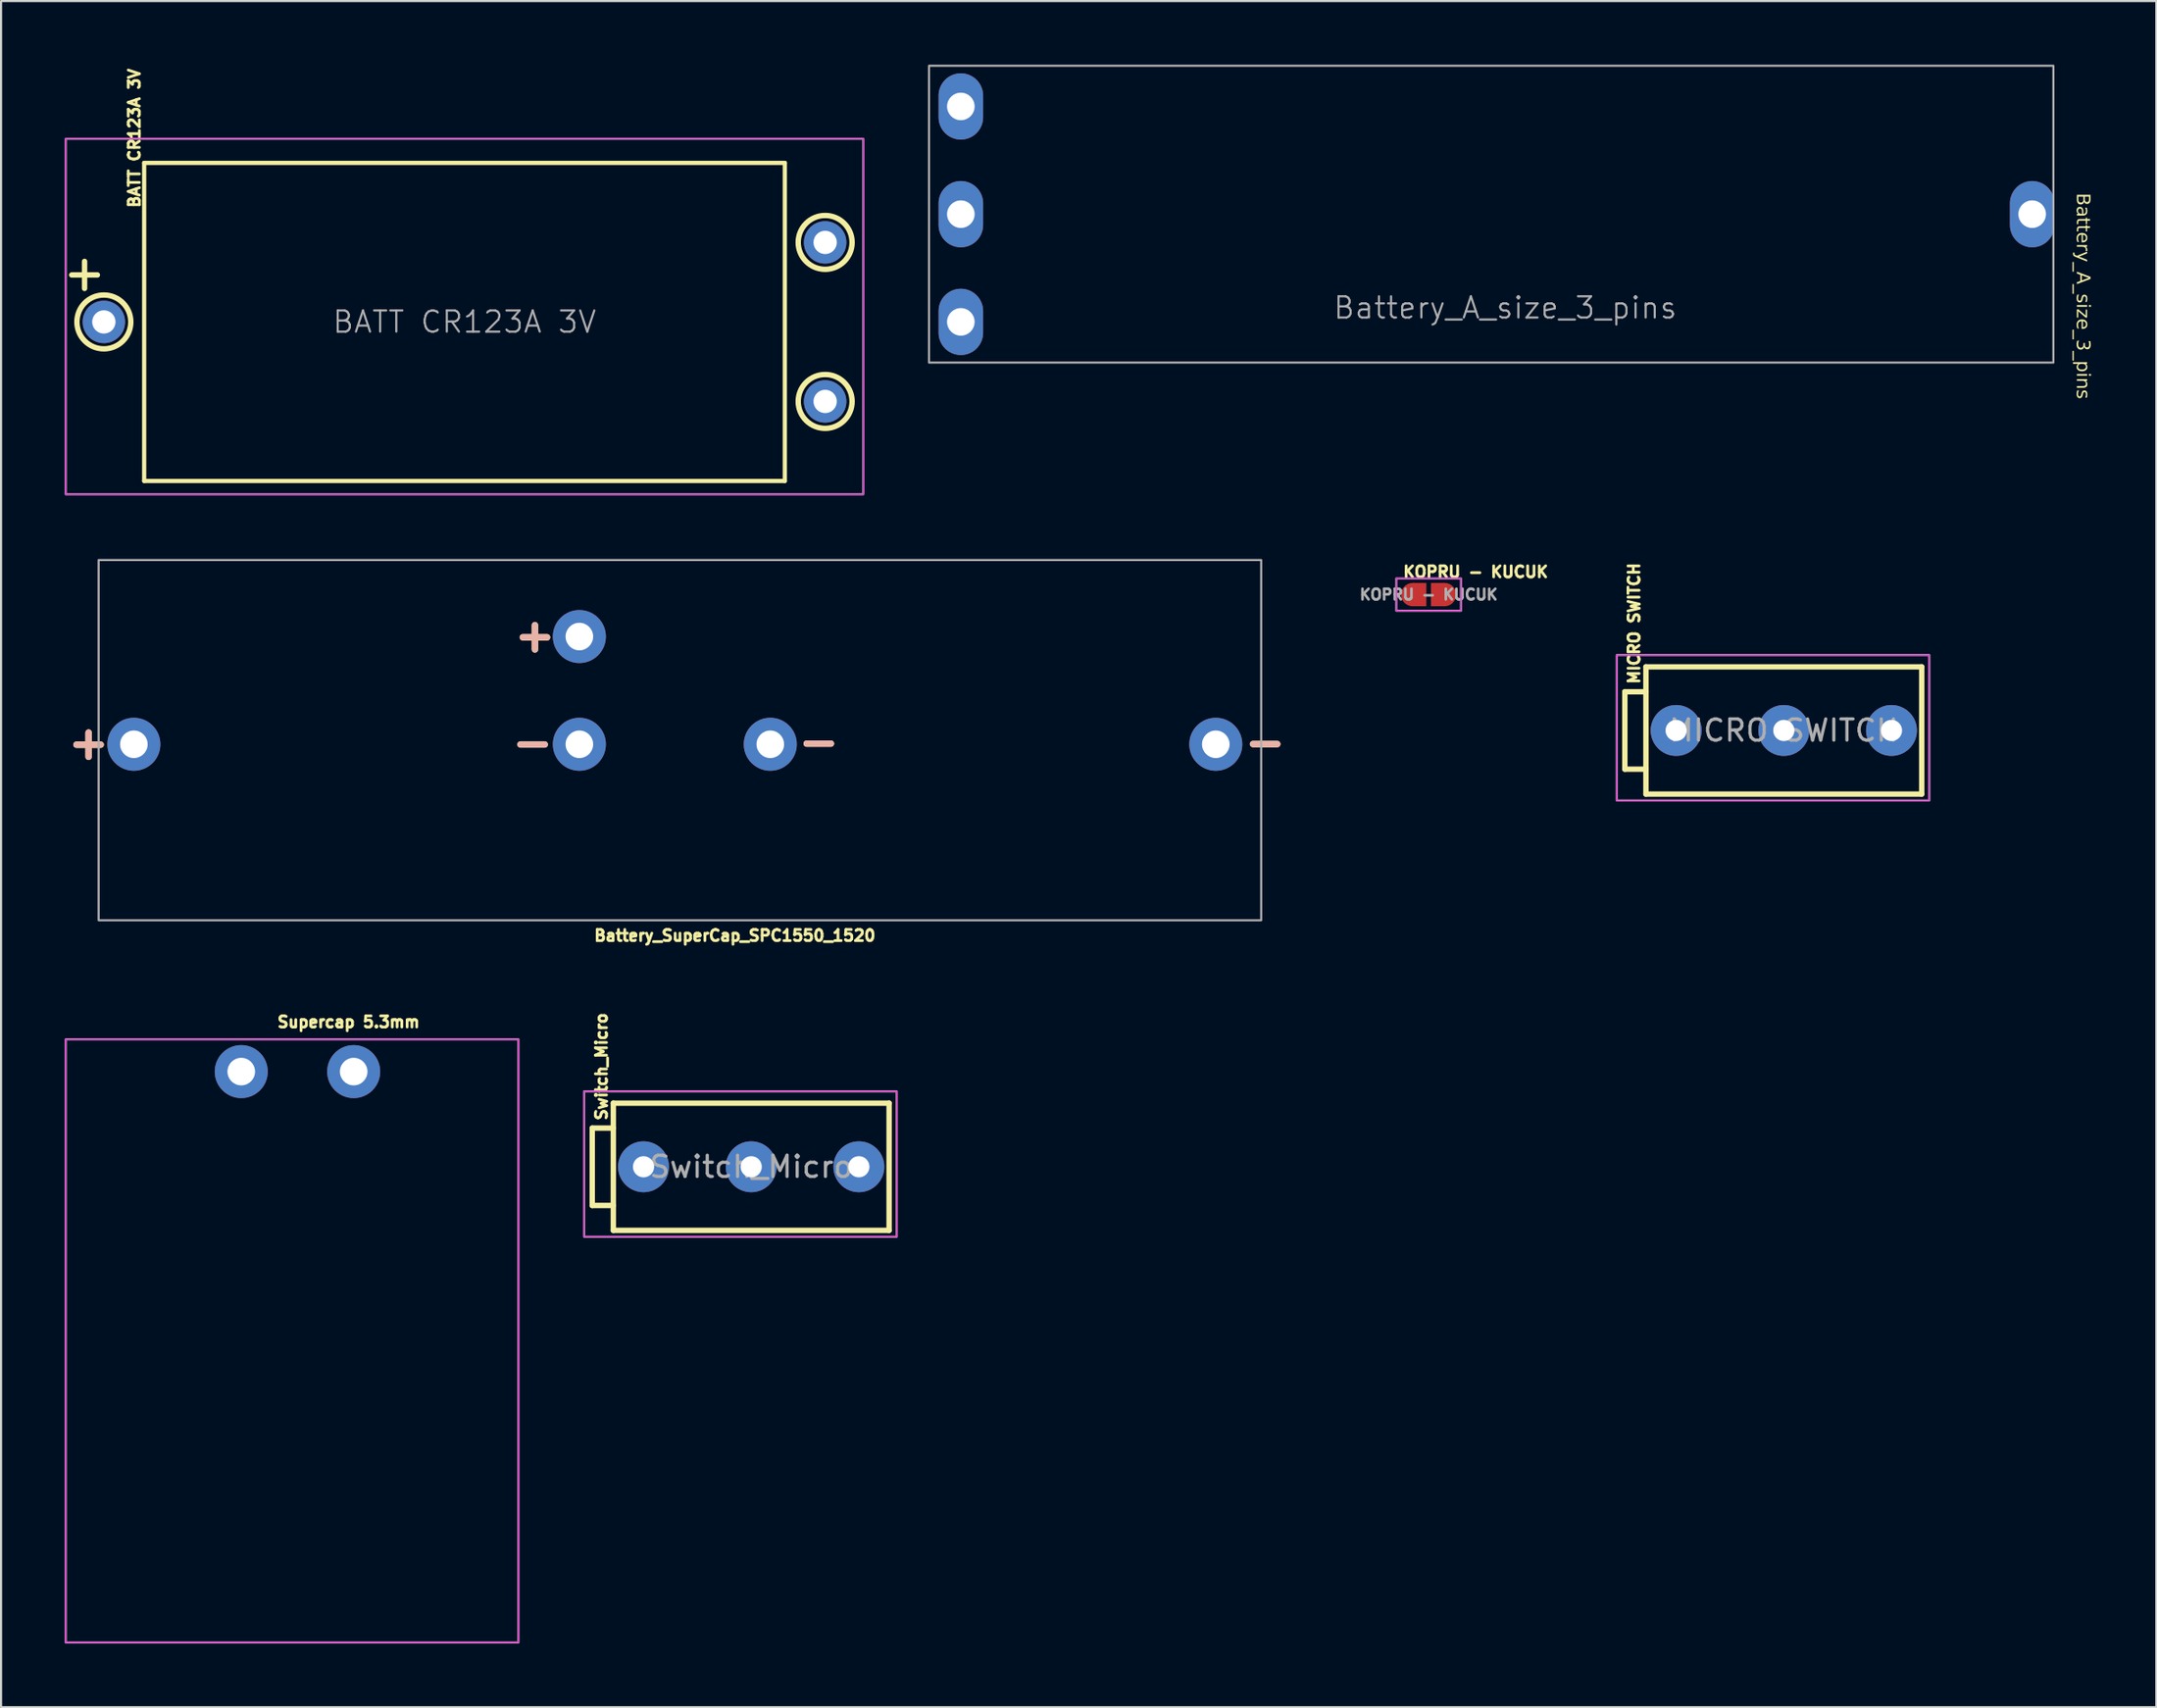
<source format=kicad_pcb>
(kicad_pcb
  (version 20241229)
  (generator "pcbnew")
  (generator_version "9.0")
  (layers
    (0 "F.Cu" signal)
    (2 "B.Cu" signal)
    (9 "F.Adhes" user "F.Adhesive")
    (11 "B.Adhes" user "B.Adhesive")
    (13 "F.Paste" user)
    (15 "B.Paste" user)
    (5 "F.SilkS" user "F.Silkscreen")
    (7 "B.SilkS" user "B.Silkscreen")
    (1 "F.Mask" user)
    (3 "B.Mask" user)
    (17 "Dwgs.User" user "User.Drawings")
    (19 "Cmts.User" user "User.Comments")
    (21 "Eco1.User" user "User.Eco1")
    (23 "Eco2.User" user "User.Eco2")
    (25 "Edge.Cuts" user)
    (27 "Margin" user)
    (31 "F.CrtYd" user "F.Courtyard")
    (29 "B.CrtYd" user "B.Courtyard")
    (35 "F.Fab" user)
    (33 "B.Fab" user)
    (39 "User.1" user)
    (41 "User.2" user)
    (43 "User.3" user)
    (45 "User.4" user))
  (footprint "KOPRU - KUCUK"
    (layer "F.Cu")
    (at 64.293 24.991)
    (property "Reference" "KOPRU - KUCUK" (at -1.27 -0.762 0) (unlocked yes) (layer "F.SilkS") (effects (font (size 0.525 0.525) (thickness 0.131)) (justify left bottom)))
    (fp_rect (start -1.524 -0.762) (end 1.524 0.762) (stroke (width 0.05) (type default)) (fill no) (layer "F.CrtYd"))
    (fp_rect (start -1.524 -0.762) (end 1.524 0.762) (stroke (width 0.1) (type default)) (fill no) (layer "F.Fab"))
    (fp_text user "${REFERENCE}" (at 0 0 0) (unlocked yes) (layer "F.Fab") (effects (font (size 0.5 0.5) (thickness 0.125))))
    (pad "1" smd circle (at -0.75 0) (size 1.1 1.1) (layers "F.Cu" "F.Mask" "F.Paste"))
    (pad "1" smd rect (at -0.42 0) (size 0.625 1.1) (layers "F.Cu" "F.Mask" "F.Paste"))
    (pad "2" smd rect (at 0.42 0) (size 0.625 1.1) (layers "F.Cu" "F.Mask" "F.Paste"))
    (pad "2" smd circle (at 0.75 0) (size 1.1 1.1) (layers "F.Cu" "F.Mask" "F.Paste")))
  (footprint "BATT CR123A 3V"
    (layer "F.Cu")
    (at 18.846 12.132)
    (property "Reference" "BATT CR123A 3V" (at -15.255 -5.318 90) (unlocked yes) (layer "F.SilkS") (effects (font (size 0.525 0.525) (thickness 0.131)) (justify left bottom)))
    (fp_line (start -18.515 -2.215) (end -17.305 -2.215) (stroke (width 0.254) (type solid)) (layer "F.SilkS"))
    (fp_line (start -17.91 -1.58) (end -17.91 -2.855) (stroke (width 0.254) (type solid)) (layer "F.SilkS"))
    (fp_line (start -15.1 -7.5) (end 15.1 -7.5) (stroke (width 0.2) (type solid)) (layer "F.SilkS"))
    (fp_line (start -15.1 7.5) (end -15.1 -7.5) (stroke (width 0.2) (type solid)) (layer "F.SilkS"))
    (fp_line (start -15.1 7.5) (end 15.1 7.5) (stroke (width 0.2) (type solid)) (layer "F.SilkS"))
    (fp_line (start 15.1 7.5) (end 15.1 -7.5) (stroke (width 0.2) (type solid)) (layer "F.SilkS"))
    (fp_circle (center -17 0) (end -17 -1.27) (stroke (width 0.254) (type solid)) (fill no) (layer "F.SilkS"))
    (fp_circle (center 17 -3.75) (end 17 -5.02) (stroke (width 0.254) (type solid)) (fill no) (layer "F.SilkS"))
    (fp_circle (center 17 3.75) (end 17 2.48) (stroke (width 0.254) (type solid)) (fill no) (layer "F.SilkS"))
    (fp_rect (start -18.796 -8.636) (end 18.796 8.128) (stroke (width 0.05) (type default)) (fill no) (layer "F.CrtYd"))
    (fp_rect (start -18.796 -8.636) (end 18.796 8.128) (stroke (width 0.1) (type default)) (fill no) (layer "F.Fab"))
    (fp_text user "${REFERENCE}" (at 0 0 0) (layer "F.Fab") (effects (font (size 1 1) (thickness 0.1))))
    (pad "1" thru_hole circle (at -17 0) (size 2 2) (drill 1.1) (layers "*.Cu" "*.Mask"))
    (pad "2" thru_hole circle (at 17 -3.75) (size 2 2) (drill 1.1) (layers "*.Cu" "*.Mask"))
    (pad "2" thru_hole circle (at 17 3.75) (size 2 2) (drill 1.1) (layers "*.Cu" "*.Mask")))
  (footprint "MICRO SWITCH"
    (layer "F.Cu")
    (at 81.035 31.399)
    (property "Reference" "MICRO SWITCH" (at -6.75 -2.125 90) (unlocked yes) (layer "F.SilkS") (effects (font (size 0.525 0.525) (thickness 0.131)) (justify left bottom)))
    (fp_line (start -7.493 -1.825) (end -7.493 1.825) (stroke (width 0.254) (type solid)) (layer "F.SilkS"))
    (fp_line (start -6.5 -3) (end -6.5 3) (stroke (width 0.254) (type solid)) (layer "F.SilkS"))
    (fp_line (start -6.5 -1.825) (end -7.493 -1.825) (stroke (width 0.254) (type solid)) (layer "F.SilkS"))
    (fp_line (start -6.5 1.825) (end -7.493 1.825) (stroke (width 0.254) (type solid)) (layer "F.SilkS"))
    (fp_line (start 6.5 -3) (end -6.5 -3) (stroke (width 0.254) (type solid)) (layer "F.SilkS"))
    (fp_line (start 6.5 -3) (end 6.5 3) (stroke (width 0.254) (type solid)) (layer "F.SilkS"))
    (fp_line (start 6.5 3) (end -6.5 3) (stroke (width 0.254) (type solid)) (layer "F.SilkS"))
    (fp_rect (start -7.874 -3.556) (end 6.858 3.302) (stroke (width 0.05) (type default)) (fill no) (layer "F.CrtYd"))
    (fp_rect (start -7.874 -3.556) (end 6.858 3.302) (stroke (width 0.1) (type default)) (fill no) (layer "F.Fab"))
    (fp_text user "${REFERENCE}" (at 0 0 0) (layer "F.Fab") (effects (font (size 1 1) (thickness 0.15))))
    (pad "1" thru_hole circle (at -5.075 -0.00001) (size 2.4 2.4) (drill 1) (layers "*.Cu" "*.Mask"))
    (pad "2" thru_hole circle (at 5.075 -0.00001) (size 2.4 2.4) (drill 1) (layers "*.Cu" "*.Mask"))
    (pad "3" thru_hole circle (at 0.00002 -0.00001) (size 2.4 2.4) (drill 1) (layers "*.Cu" "*.Mask")))
  (footprint "Battery_SuperCap_SPC1550_1520"
    (layer "F.Cu")
    (at 38.26 32.05)
    (property "Reference" "Battery_SuperCap_SPC1550_1520" (at -13.37 9.33 0) (unlocked yes) (layer "F.SilkS") (effects (font (size 0.525 0.525) (thickness 0.131)) (justify left bottom)))
    (fp_rect (start -36.66 -8.69) (end 18.139 8.3) (stroke (width 0.1) (type default)) (fill no) (layer "F.Fab"))
    (fp_text user "-" (at -3.84 0.74 0) (unlocked yes) (layer "F.SilkS") (effects (font (size 1.5 1.5) (thickness 0.3) (bold yes)) (justify left bottom)))
    (fp_text user "-" (at -17.33 0.78 0) (unlocked yes) (layer "F.SilkS") (effects (font (size 1.5 1.5) (thickness 0.3) (bold yes)) (justify left bottom)))
    (fp_text user "-" (at 17.2 0.76 0) (unlocked yes) (layer "F.SilkS") (effects (font (size 1.5 1.5) (thickness 0.3) (bold yes)) (justify left bottom)))
    (fp_text user "+" (at -17.22 -4.27 0) (unlocked yes) (layer "F.SilkS") (effects (font (size 1.5 1.5) (thickness 0.3) (bold yes)) (justify left bottom)))
    (fp_text user "+" (at -38.26 0.79 0) (unlocked yes) (layer "F.SilkS") (effects (font (size 1.5 1.5) (thickness 0.3) (bold yes)) (justify left bottom)))
    (fp_text user "+" (at -17.22 -4.28 0) (unlocked yes) (layer "B.SilkS") (effects (font (size 1.5 1.5) (thickness 0.3) (bold yes)) (justify left bottom)))
    (fp_text user "-" (at 17.2 0.76 0) (unlocked yes) (layer "B.SilkS") (effects (font (size 1.5 1.5) (thickness 0.3) (bold yes)) (justify left bottom)))
    (fp_text user "+" (at -38.26 0.79 0) (unlocked yes) (layer "B.SilkS") (effects (font (size 1.5 1.5) (thickness 0.3) (bold yes)) (justify left bottom)))
    (fp_text user "-" (at -17.33 0.78 0) (unlocked yes) (layer "B.SilkS") (effects (font (size 1.5 1.5) (thickness 0.3) (bold yes)) (justify left bottom)))
    (fp_text user "-" (at -3.84 0.74 0) (unlocked yes) (layer "B.SilkS") (effects (font (size 1.5 1.5) (thickness 0.3) (bold yes)) (justify left bottom)))
    (pad "1" thru_hole circle (at -35 0) (size 2.5 2.5) (drill 1.3) (layers "*.Cu" "*.Mask" "Eco2.User"))
    (pad "1" thru_hole circle (at -14 -5.08) (size 2.5 2.5) (drill 1.3) (layers "*.Cu" "*.Mask"))
    (pad "2" thru_hole circle (at -14 0) (size 2.5 2.5) (drill 1.3) (layers "*.Cu" "*.Mask"))
    (pad "2" thru_hole circle (at -5 0) (size 2.5 2.5) (drill 1.3) (layers "*.Cu" "*.Mask"))
    (pad "2" thru_hole circle (at 16 0) (size 2.5 2.5) (drill 1.3) (layers "*.Cu" "*.Mask")))
  (footprint "Battery_A_size_3_pins"
    (layer "F.Cu")
    (at 92.742 7.05)
    (property "Reference" "Battery_A_size_3_pins" (at 2 -1 270) (unlocked yes) (layer "F.SilkS") (effects (font (face "Arial") (size 0.63 0.63) (thickness 0.158)) (justify left bottom)))
    (attr through_hole)
    (fp_rect (start -52 -7) (end 1 7) (stroke (width 0.1) (type default)) (fill no) (layer "F.Fab"))
    (fp_text user "${REFERENCE}" (at -33 5 0) (unlocked yes) (layer "F.Fab") (effects (font (size 1 1) (thickness 0.1)) (justify left bottom)))
    (pad "1" thru_hole oval (at 0 0) (size 2.1 3.125) (drill 1.3) (layers "*.Cu" "*.Mask"))
    (pad "2" thru_hole oval (at -50.5 -5.08) (size 2.1 3.125) (drill 1.3) (layers "*.Cu" "*.Mask"))
    (pad "2" thru_hole oval (at -50.5 5.08) (size 2.1 3.125) (drill 1.3) (layers "*.Cu" "*.Mask"))
    (pad "2" thru_hole oval (at -50.5 0) (size 2.1 3.125) (drill 1.3) (layers "*.Cu" "*.Mask")))
  (footprint "Supercap 5.3mm"
    (layer "F.Cu")
    (at 10.972 47.487)
    (property "Reference" "Supercap 5.3mm" (at -1.016 -2.032 0) (unlocked yes) (layer "F.SilkS") (effects (font (size 0.525 0.525) (thickness 0.131)) (justify left bottom)))
    (fp_rect (start 10.414 26.924) (end -10.922 -1.524) (stroke (width 0.05) (type default)) (fill no) (layer "F.CrtYd"))
    (fp_rect (start 10.414 26.924) (end -10.922 -1.524) (stroke (width 0.1) (type default)) (fill no) (layer "F.Fab"))
    (pad "1" thru_hole circle (at -2.65 0) (size 2.5 2.5) (drill 1.3) (layers "*.Cu" "*.Mask"))
    (pad "2" thru_hole circle (at 2.65 0) (size 2.5 2.5) (drill 1.3) (layers "*.Cu" "*.Mask")))
  (footprint "Switch_Micro"
    (layer "F.Cu")
    (at 32.36 51.975)
    (property "Reference" "Switch_Micro" (at -6.75 -2.125 90) (unlocked yes) (layer "F.SilkS") (effects (font (size 0.525 0.525) (thickness 0.131)) (justify left bottom)))
    (fp_line (start -7.493 -1.825) (end -7.493 1.825) (stroke (width 0.254) (type solid)) (layer "F.SilkS"))
    (fp_line (start -6.5 -3) (end -6.5 3) (stroke (width 0.254) (type solid)) (layer "F.SilkS"))
    (fp_line (start -6.5 -1.825) (end -7.493 -1.825) (stroke (width 0.254) (type solid)) (layer "F.SilkS"))
    (fp_line (start -6.5 1.825) (end -7.493 1.825) (stroke (width 0.254) (type solid)) (layer "F.SilkS"))
    (fp_line (start 6.5 -3) (end -6.5 -3) (stroke (width 0.254) (type solid)) (layer "F.SilkS"))
    (fp_line (start 6.5 -3) (end 6.5 3) (stroke (width 0.254) (type solid)) (layer "F.SilkS"))
    (fp_line (start 6.5 3) (end -6.5 3) (stroke (width 0.254) (type solid)) (layer "F.SilkS"))
    (fp_rect (start -7.874 -3.556) (end 6.858 3.302) (stroke (width 0.05) (type default)) (fill no) (layer "F.CrtYd"))
    (fp_rect (start -7.874 -3.556) (end 6.858 3.302) (stroke (width 0.1) (type default)) (fill no) (layer "F.Fab"))
    (fp_text user "${REFERENCE}" (at 0 0 0) (layer "F.Fab") (effects (font (size 1 1) (thickness 0.15))))
    (pad "1" thru_hole circle (at -5.075 -0.00001) (size 2.4 2.4) (drill 1) (layers "*.Cu" "*.Mask"))
    (pad "2" thru_hole circle (at 5.075 -0.00001) (size 2.4 2.4) (drill 1) (layers "*.Cu" "*.Mask"))
    (pad "3" thru_hole circle (at 0.00002 -0.00001) (size 2.4 2.4) (drill 1) (layers "*.Cu" "*.Mask")))
  (gr_rect
    (start -3 -3)
    (end 98.596 77.461)
    (stroke (width 0.1) (type default))
    (fill no)
    (layer "Edge.Cuts")))
</source>
